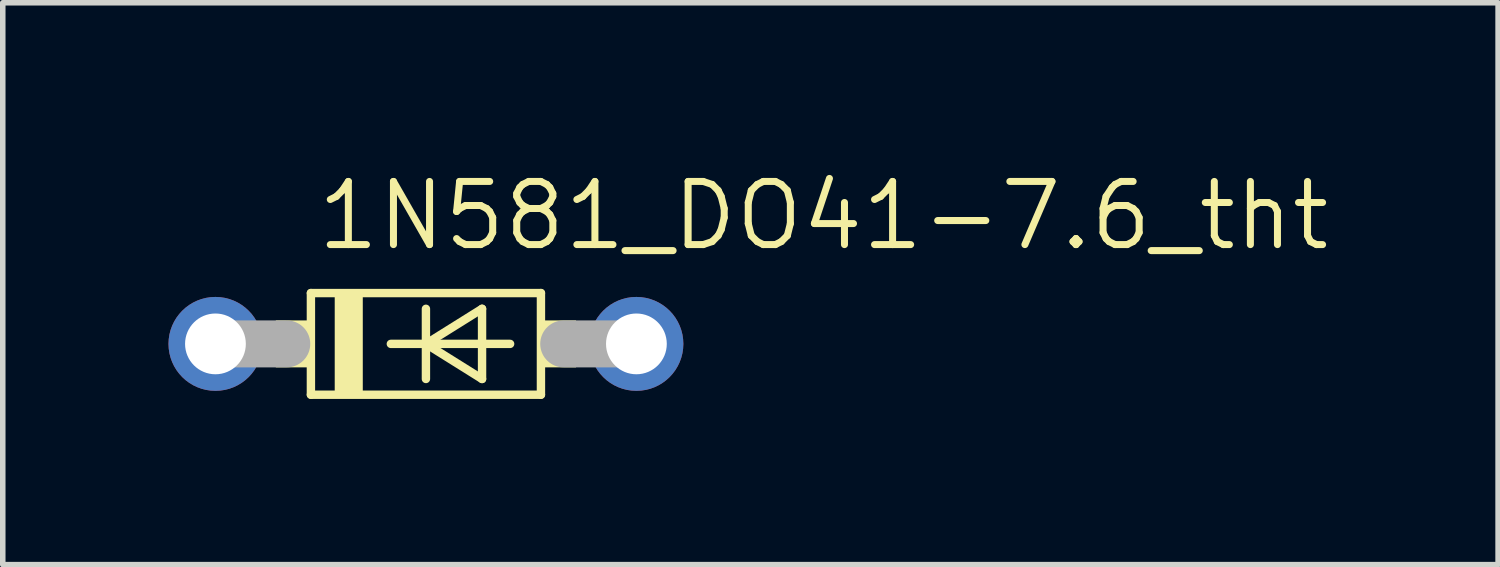
<source format=kicad_pcb>
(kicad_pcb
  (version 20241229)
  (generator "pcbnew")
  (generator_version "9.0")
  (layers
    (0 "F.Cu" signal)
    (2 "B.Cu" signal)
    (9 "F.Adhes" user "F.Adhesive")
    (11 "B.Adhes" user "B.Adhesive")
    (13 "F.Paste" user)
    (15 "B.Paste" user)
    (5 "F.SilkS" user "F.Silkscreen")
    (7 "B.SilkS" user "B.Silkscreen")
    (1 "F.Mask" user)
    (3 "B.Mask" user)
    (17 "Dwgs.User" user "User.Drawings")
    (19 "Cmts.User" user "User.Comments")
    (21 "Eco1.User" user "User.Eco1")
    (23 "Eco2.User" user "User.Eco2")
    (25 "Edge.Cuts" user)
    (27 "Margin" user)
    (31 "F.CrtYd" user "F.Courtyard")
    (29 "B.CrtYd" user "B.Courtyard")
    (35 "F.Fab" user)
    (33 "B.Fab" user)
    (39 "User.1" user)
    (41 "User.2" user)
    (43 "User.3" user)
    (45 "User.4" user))
  (footprint "1N581_DO41-7.6_tht"
    (layer "F.Cu")
    (at 4.66 3.175)
    (property "Reference" "1N581_DO41-7.6_tht" (at -2.032 -1.651 0) (layer "F.SilkS") (effects (font (size 1.143 1.143) (thickness 0.127)) (justify left bottom)))
    (fp_line (start -2.082 -0.92) (end -2.082 0.92) (stroke (width 0.152) (type solid)) (layer "F.SilkS"))
    (fp_line (start -2.082 -0.92) (end 2.082 -0.92) (stroke (width 0.152) (type solid)) (layer "F.SilkS"))
    (fp_line (start -0.635 0) (end 0 0) (stroke (width 0.152) (type solid)) (layer "F.SilkS"))
    (fp_line (start 0 -0.635) (end 0 0) (stroke (width 0.152) (type solid)) (layer "F.SilkS"))
    (fp_line (start 0 0) (end 0 0.635) (stroke (width 0.152) (type solid)) (layer "F.SilkS"))
    (fp_line (start 0 0) (end 1.016 -0.635) (stroke (width 0.152) (type solid)) (layer "F.SilkS"))
    (fp_line (start 0 0) (end 1.524 0) (stroke (width 0.152) (type solid)) (layer "F.SilkS"))
    (fp_line (start 1.016 -0.635) (end 1.016 0.635) (stroke (width 0.152) (type solid)) (layer "F.SilkS"))
    (fp_line (start 1.016 0.635) (end 0 0) (stroke (width 0.152) (type solid)) (layer "F.SilkS"))
    (fp_line (start 2.082 0.92) (end -2.082 0.92) (stroke (width 0.152) (type solid)) (layer "F.SilkS"))
    (fp_line (start 2.082 0.92) (end 2.082 -0.92) (stroke (width 0.152) (type solid)) (layer "F.SilkS"))
    (fp_poly (pts (xy -2.717 0.425) (xy -2.082 0.425) (xy -2.082 -0.425) (xy -2.717 -0.425)) (stroke (width 0) (type solid)) (fill yes) (layer "F.SilkS"))
    (fp_poly (pts (xy -1.651 0.95) (xy -1.143 0.95) (xy -1.143 -0.92) (xy -1.651 -0.92)) (stroke (width 0) (type solid)) (fill yes) (layer "F.SilkS"))
    (fp_poly (pts (xy 2.082 0.425) (xy 2.717 0.425) (xy 2.717 -0.425) (xy 2.082 -0.425)) (stroke (width 0) (type solid)) (fill yes) (layer "F.SilkS"))
    (fp_line (start -3.81 0) (end -2.519 0) (stroke (width 0.85) (type solid)) (layer "F.Fab"))
    (fp_line (start 3.81 0) (end 2.494 0) (stroke (width 0.85) (type solid)) (layer "F.Fab"))
    (pad "1" thru_hole circle (at -3.81 0) (size 1.7 1.7) (drill 1.1) (layers "*.Cu" "*.Mask"))
    (pad "2" thru_hole circle (at 3.81 0) (size 1.7 1.7) (drill 1.1) (layers "*.Cu" "*.Mask")))
  (gr_rect
    (start -3 -3)
    (end 24.068 7.171)
    (stroke (width 0.1) (type default))
    (fill no)
    (layer "Edge.Cuts")))
</source>
